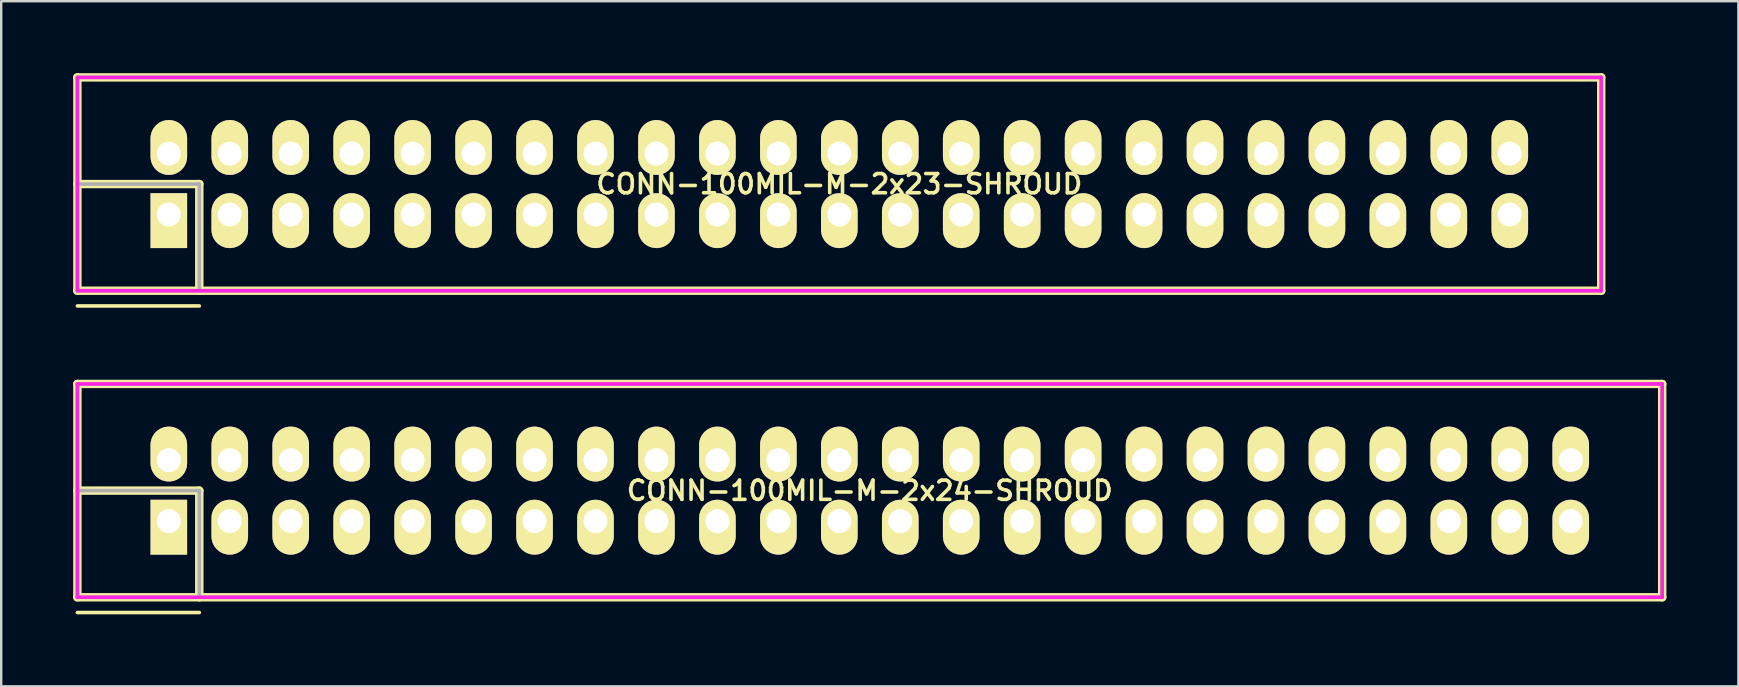
<source format=kicad_pcb>
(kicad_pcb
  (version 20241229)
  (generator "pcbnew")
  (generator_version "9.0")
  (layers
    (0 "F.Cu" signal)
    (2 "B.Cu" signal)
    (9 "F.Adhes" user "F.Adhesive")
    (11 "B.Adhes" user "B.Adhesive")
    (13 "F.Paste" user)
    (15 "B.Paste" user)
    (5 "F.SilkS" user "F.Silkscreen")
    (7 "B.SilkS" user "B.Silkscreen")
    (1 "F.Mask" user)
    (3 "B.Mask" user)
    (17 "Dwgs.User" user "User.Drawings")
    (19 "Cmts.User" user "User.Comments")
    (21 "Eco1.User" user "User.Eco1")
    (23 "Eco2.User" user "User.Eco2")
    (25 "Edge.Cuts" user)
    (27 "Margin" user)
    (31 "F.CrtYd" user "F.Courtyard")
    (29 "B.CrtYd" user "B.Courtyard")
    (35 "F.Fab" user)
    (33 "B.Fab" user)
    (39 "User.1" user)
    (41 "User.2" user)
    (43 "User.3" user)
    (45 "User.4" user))
  (footprint "CONN-100MIL-M-2x23-SHROUD"
    (layer "F.Cu")
    (at 31.925 4.62)
    (property "Reference" "CONN-100MIL-M-2x23-SHROUD" (at 0 0 0) (layer "F.SilkS") (effects (font (size 0.8 0.8) (thickness 0.15))))
    (attr through_hole)
    (fp_line (start -31.75 -4.445) (end 31.75 -4.445) (stroke (width 0.35) (type solid)) (layer "F.SilkS"))
    (fp_line (start -31.75 0) (end -26.67 0) (stroke (width 0.35) (type solid)) (layer "F.SilkS"))
    (fp_line (start -31.75 4.445) (end -31.75 -4.445) (stroke (width 0.35) (type solid)) (layer "F.SilkS"))
    (fp_line (start -31.75 5.08) (end -26.67 5.08) (stroke (width 0.15) (type solid)) (layer "F.SilkS"))
    (fp_line (start -26.67 0) (end -26.67 4.445) (stroke (width 0.35) (type solid)) (layer "F.SilkS"))
    (fp_line (start 31.75 -4.445) (end 31.75 4.445) (stroke (width 0.35) (type solid)) (layer "F.SilkS"))
    (fp_line (start 31.75 4.445) (end -31.75 4.445) (stroke (width 0.35) (type solid)) (layer "F.SilkS"))
    (fp_line (start -31.75 -4.445) (end 31.75 -4.445) (stroke (width 0.15) (type solid)) (layer "F.CrtYd"))
    (fp_line (start -31.75 4.445) (end -31.75 -4.445) (stroke (width 0.15) (type solid)) (layer "F.CrtYd"))
    (fp_line (start 31.75 -4.445) (end 31.75 4.445) (stroke (width 0.15) (type solid)) (layer "F.CrtYd"))
    (fp_line (start 31.75 4.445) (end -31.75 4.445) (stroke (width 0.15) (type solid)) (layer "F.CrtYd"))
    (fp_line (start -31.75 -4.445) (end 31.75 -4.445) (stroke (width 0.15) (type solid)) (layer "F.Fab"))
    (fp_line (start -31.75 0) (end -26.67 0) (stroke (width 0.15) (type solid)) (layer "F.Fab"))
    (fp_line (start -31.75 4.445) (end -31.75 -4.445) (stroke (width 0.15) (type solid)) (layer "F.Fab"))
    (fp_line (start -26.67 0) (end -26.67 4.445) (stroke (width 0.15) (type solid)) (layer "F.Fab"))
    (fp_line (start 31.75 -4.445) (end 31.75 4.445) (stroke (width 0.15) (type solid)) (layer "F.Fab"))
    (fp_line (start 31.75 4.445) (end -31.75 4.445) (stroke (width 0.15) (type solid)) (layer "F.Fab"))
    (pad "1" thru_hole rect (at -27.94 1.27) (size 1.524 2.286) (drill 1 (offset 0 0.254)) (layers "*.Cu" "*.Mask" "F.SilkS"))
    (pad "2" thru_hole oval (at -27.94 -1.27) (size 1.524 2.286) (drill 1 (offset 0 -0.254)) (layers "*.Cu" "*.Mask" "F.SilkS"))
    (pad "3" thru_hole oval (at -25.4 1.27) (size 1.524 2.286) (drill 1 (offset 0 0.254)) (layers "*.Cu" "*.Mask" "F.SilkS"))
    (pad "4" thru_hole oval (at -25.4 -1.27) (size 1.524 2.286) (drill 1 (offset 0 -0.254)) (layers "*.Cu" "*.Mask" "F.SilkS"))
    (pad "5" thru_hole oval (at -22.86 1.27) (size 1.524 2.286) (drill 1 (offset 0 0.254)) (layers "*.Cu" "*.Mask" "F.SilkS"))
    (pad "6" thru_hole oval (at -22.86 -1.27) (size 1.524 2.286) (drill 1 (offset 0 -0.254)) (layers "*.Cu" "*.Mask" "F.SilkS"))
    (pad "7" thru_hole oval (at -20.32 1.27) (size 1.524 2.286) (drill 1 (offset 0 0.254)) (layers "*.Cu" "*.Mask" "F.SilkS"))
    (pad "8" thru_hole oval (at -20.32 -1.27) (size 1.524 2.286) (drill 1 (offset 0 -0.254)) (layers "*.Cu" "*.Mask" "F.SilkS"))
    (pad "9" thru_hole oval (at -17.78 1.27) (size 1.524 2.286) (drill 1 (offset 0 0.254)) (layers "*.Cu" "*.Mask" "F.SilkS"))
    (pad "10" thru_hole oval (at -17.78 -1.27) (size 1.524 2.286) (drill 1 (offset 0 -0.254)) (layers "*.Cu" "*.Mask" "F.SilkS"))
    (pad "11" thru_hole oval (at -15.24 1.27) (size 1.524 2.286) (drill 1 (offset 0 0.254)) (layers "*.Cu" "*.Mask" "F.SilkS"))
    (pad "12" thru_hole oval (at -15.24 -1.27) (size 1.524 2.286) (drill 1 (offset 0 -0.254)) (layers "*.Cu" "*.Mask" "F.SilkS"))
    (pad "13" thru_hole oval (at -12.7 1.27) (size 1.524 2.286) (drill 1 (offset 0 0.254)) (layers "*.Cu" "*.Mask" "F.SilkS"))
    (pad "14" thru_hole oval (at -12.7 -1.27) (size 1.524 2.286) (drill 1 (offset 0 -0.254)) (layers "*.Cu" "*.Mask" "F.SilkS"))
    (pad "15" thru_hole oval (at -10.16 1.27) (size 1.524 2.286) (drill 1 (offset 0 0.254)) (layers "*.Cu" "*.Mask" "F.SilkS"))
    (pad "16" thru_hole oval (at -10.16 -1.27) (size 1.524 2.286) (drill 1 (offset 0 -0.254)) (layers "*.Cu" "*.Mask" "F.SilkS"))
    (pad "17" thru_hole oval (at -7.62 1.27) (size 1.524 2.286) (drill 1 (offset 0 0.254)) (layers "*.Cu" "*.Mask" "F.SilkS"))
    (pad "18" thru_hole oval (at -7.62 -1.27) (size 1.524 2.286) (drill 1 (offset 0 -0.254)) (layers "*.Cu" "*.Mask" "F.SilkS"))
    (pad "19" thru_hole oval (at -5.08 1.27) (size 1.524 2.286) (drill 1 (offset 0 0.254)) (layers "*.Cu" "*.Mask" "F.SilkS"))
    (pad "20" thru_hole oval (at -5.08 -1.27) (size 1.524 2.286) (drill 1 (offset 0 -0.254)) (layers "*.Cu" "*.Mask" "F.SilkS"))
    (pad "21" thru_hole oval (at -2.54 1.27) (size 1.524 2.286) (drill 1 (offset 0 0.254)) (layers "*.Cu" "*.Mask" "F.SilkS"))
    (pad "22" thru_hole oval (at -2.54 -1.27) (size 1.524 2.286) (drill 1 (offset 0 -0.254)) (layers "*.Cu" "*.Mask" "F.SilkS"))
    (pad "23" thru_hole oval (at 0 1.27) (size 1.524 2.286) (drill 1 (offset 0 0.254)) (layers "*.Cu" "*.Mask" "F.SilkS"))
    (pad "24" thru_hole oval (at 0 -1.27) (size 1.524 2.286) (drill 1 (offset 0 -0.254)) (layers "*.Cu" "*.Mask" "F.SilkS"))
    (pad "25" thru_hole oval (at 2.54 1.27) (size 1.524 2.286) (drill 1 (offset 0 0.254)) (layers "*.Cu" "*.Mask" "F.SilkS"))
    (pad "26" thru_hole oval (at 2.54 -1.27) (size 1.524 2.286) (drill 1 (offset 0 -0.254)) (layers "*.Cu" "*.Mask" "F.SilkS"))
    (pad "27" thru_hole oval (at 5.08 1.27) (size 1.524 2.286) (drill 1 (offset 0 0.254)) (layers "*.Cu" "*.Mask" "F.SilkS"))
    (pad "28" thru_hole oval (at 5.08 -1.27) (size 1.524 2.286) (drill 1 (offset 0 -0.254)) (layers "*.Cu" "*.Mask" "F.SilkS"))
    (pad "29" thru_hole oval (at 7.62 1.27) (size 1.524 2.286) (drill 1 (offset 0 0.254)) (layers "*.Cu" "*.Mask" "F.SilkS"))
    (pad "30" thru_hole oval (at 7.62 -1.27) (size 1.524 2.286) (drill 1 (offset 0 -0.254)) (layers "*.Cu" "*.Mask" "F.SilkS"))
    (pad "31" thru_hole oval (at 10.16 1.27) (size 1.524 2.286) (drill 1 (offset 0 0.254)) (layers "*.Cu" "*.Mask" "F.SilkS"))
    (pad "32" thru_hole oval (at 10.16 -1.27) (size 1.524 2.286) (drill 1 (offset 0 -0.254)) (layers "*.Cu" "*.Mask" "F.SilkS"))
    (pad "33" thru_hole oval (at 12.7 1.27) (size 1.524 2.286) (drill 1 (offset 0 0.254)) (layers "*.Cu" "*.Mask" "F.SilkS"))
    (pad "34" thru_hole oval (at 12.7 -1.27) (size 1.524 2.286) (drill 1 (offset 0 -0.254)) (layers "*.Cu" "*.Mask" "F.SilkS"))
    (pad "35" thru_hole oval (at 15.24 1.27) (size 1.524 2.286) (drill 1 (offset 0 0.254)) (layers "*.Cu" "*.Mask" "F.SilkS"))
    (pad "36" thru_hole oval (at 15.24 -1.27) (size 1.524 2.286) (drill 1 (offset 0 -0.254)) (layers "*.Cu" "*.Mask" "F.SilkS"))
    (pad "37" thru_hole oval (at 17.78 1.27) (size 1.524 2.286) (drill 1 (offset 0 0.254)) (layers "*.Cu" "*.Mask" "F.SilkS"))
    (pad "38" thru_hole oval (at 17.78 -1.27) (size 1.524 2.286) (drill 1 (offset 0 -0.254)) (layers "*.Cu" "*.Mask" "F.SilkS"))
    (pad "39" thru_hole oval (at 20.32 1.27) (size 1.524 2.286) (drill 1 (offset 0 0.254)) (layers "*.Cu" "*.Mask" "F.SilkS"))
    (pad "40" thru_hole oval (at 20.32 -1.27) (size 1.524 2.286) (drill 1 (offset 0 -0.254)) (layers "*.Cu" "*.Mask" "F.SilkS"))
    (pad "41" thru_hole oval (at 22.86 1.27) (size 1.524 2.286) (drill 1 (offset 0 0.254)) (layers "*.Cu" "*.Mask" "F.SilkS"))
    (pad "42" thru_hole oval (at 22.86 -1.27) (size 1.524 2.286) (drill 1 (offset 0 -0.254)) (layers "*.Cu" "*.Mask" "F.SilkS"))
    (pad "43" thru_hole oval (at 25.4 1.27) (size 1.524 2.286) (drill 1 (offset 0 0.254)) (layers "*.Cu" "*.Mask" "F.SilkS"))
    (pad "44" thru_hole oval (at 25.4 -1.27) (size 1.524 2.286) (drill 1 (offset 0 -0.254)) (layers "*.Cu" "*.Mask" "F.SilkS"))
    (pad "45" thru_hole oval (at 27.94 1.27) (size 1.524 2.286) (drill 1 (offset 0 0.254)) (layers "*.Cu" "*.Mask" "F.SilkS"))
    (pad "46" thru_hole oval (at 27.94 -1.27) (size 1.524 2.286) (drill 1 (offset 0 -0.254)) (layers "*.Cu" "*.Mask" "F.SilkS")))
  (footprint "CONN-100MIL-M-2x24-SHROUD"
    (layer "F.Cu")
    (at 33.195 17.395)
    (property "Reference" "CONN-100MIL-M-2x24-SHROUD" (at 0 0 0) (layer "F.SilkS") (effects (font (size 0.8 0.8) (thickness 0.15))))
    (attr through_hole)
    (fp_line (start -33.02 -4.445) (end 33.02 -4.445) (stroke (width 0.35) (type solid)) (layer "F.SilkS"))
    (fp_line (start -33.02 0) (end -27.94 0) (stroke (width 0.35) (type solid)) (layer "F.SilkS"))
    (fp_line (start -33.02 4.445) (end -33.02 -4.445) (stroke (width 0.35) (type solid)) (layer "F.SilkS"))
    (fp_line (start -33.02 5.08) (end -27.94 5.08) (stroke (width 0.15) (type solid)) (layer "F.SilkS"))
    (fp_line (start -27.94 0) (end -27.94 4.445) (stroke (width 0.35) (type solid)) (layer "F.SilkS"))
    (fp_line (start 33.02 -4.445) (end 33.02 4.445) (stroke (width 0.35) (type solid)) (layer "F.SilkS"))
    (fp_line (start 33.02 4.445) (end -33.02 4.445) (stroke (width 0.35) (type solid)) (layer "F.SilkS"))
    (fp_line (start -33.02 -4.445) (end 33.02 -4.445) (stroke (width 0.15) (type solid)) (layer "F.CrtYd"))
    (fp_line (start -33.02 4.445) (end -33.02 -4.445) (stroke (width 0.15) (type solid)) (layer "F.CrtYd"))
    (fp_line (start 33.02 -4.445) (end 33.02 4.445) (stroke (width 0.15) (type solid)) (layer "F.CrtYd"))
    (fp_line (start 33.02 4.445) (end -33.02 4.445) (stroke (width 0.15) (type solid)) (layer "F.CrtYd"))
    (fp_line (start -33.02 -4.445) (end 33.02 -4.445) (stroke (width 0.15) (type solid)) (layer "F.Fab"))
    (fp_line (start -33.02 0) (end -27.94 0) (stroke (width 0.15) (type solid)) (layer "F.Fab"))
    (fp_line (start -33.02 4.445) (end -33.02 -4.445) (stroke (width 0.15) (type solid)) (layer "F.Fab"))
    (fp_line (start -27.94 0) (end -27.94 4.445) (stroke (width 0.15) (type solid)) (layer "F.Fab"))
    (fp_line (start 33.02 -4.445) (end 33.02 4.445) (stroke (width 0.15) (type solid)) (layer "F.Fab"))
    (fp_line (start 33.02 4.445) (end -33.02 4.445) (stroke (width 0.15) (type solid)) (layer "F.Fab"))
    (pad "1" thru_hole rect (at -29.21 1.27) (size 1.524 2.286) (drill 1 (offset 0 0.254)) (layers "*.Cu" "*.Mask" "F.SilkS"))
    (pad "2" thru_hole oval (at -29.21 -1.27) (size 1.524 2.286) (drill 1 (offset 0 -0.254)) (layers "*.Cu" "*.Mask" "F.SilkS"))
    (pad "3" thru_hole oval (at -26.67 1.27) (size 1.524 2.286) (drill 1 (offset 0 0.254)) (layers "*.Cu" "*.Mask" "F.SilkS"))
    (pad "4" thru_hole oval (at -26.67 -1.27) (size 1.524 2.286) (drill 1 (offset 0 -0.254)) (layers "*.Cu" "*.Mask" "F.SilkS"))
    (pad "5" thru_hole oval (at -24.13 1.27) (size 1.524 2.286) (drill 1 (offset 0 0.254)) (layers "*.Cu" "*.Mask" "F.SilkS"))
    (pad "6" thru_hole oval (at -24.13 -1.27) (size 1.524 2.286) (drill 1 (offset 0 -0.254)) (layers "*.Cu" "*.Mask" "F.SilkS"))
    (pad "7" thru_hole oval (at -21.59 1.27) (size 1.524 2.286) (drill 1 (offset 0 0.254)) (layers "*.Cu" "*.Mask" "F.SilkS"))
    (pad "8" thru_hole oval (at -21.59 -1.27) (size 1.524 2.286) (drill 1 (offset 0 -0.254)) (layers "*.Cu" "*.Mask" "F.SilkS"))
    (pad "9" thru_hole oval (at -19.05 1.27) (size 1.524 2.286) (drill 1 (offset 0 0.254)) (layers "*.Cu" "*.Mask" "F.SilkS"))
    (pad "10" thru_hole oval (at -19.05 -1.27) (size 1.524 2.286) (drill 1 (offset 0 -0.254)) (layers "*.Cu" "*.Mask" "F.SilkS"))
    (pad "11" thru_hole oval (at -16.51 1.27) (size 1.524 2.286) (drill 1 (offset 0 0.254)) (layers "*.Cu" "*.Mask" "F.SilkS"))
    (pad "12" thru_hole oval (at -16.51 -1.27) (size 1.524 2.286) (drill 1 (offset 0 -0.254)) (layers "*.Cu" "*.Mask" "F.SilkS"))
    (pad "13" thru_hole oval (at -13.97 1.27) (size 1.524 2.286) (drill 1 (offset 0 0.254)) (layers "*.Cu" "*.Mask" "F.SilkS"))
    (pad "14" thru_hole oval (at -13.97 -1.27) (size 1.524 2.286) (drill 1 (offset 0 -0.254)) (layers "*.Cu" "*.Mask" "F.SilkS"))
    (pad "15" thru_hole oval (at -11.43 1.27) (size 1.524 2.286) (drill 1 (offset 0 0.254)) (layers "*.Cu" "*.Mask" "F.SilkS"))
    (pad "16" thru_hole oval (at -11.43 -1.27) (size 1.524 2.286) (drill 1 (offset 0 -0.254)) (layers "*.Cu" "*.Mask" "F.SilkS"))
    (pad "17" thru_hole oval (at -8.89 1.27) (size 1.524 2.286) (drill 1 (offset 0 0.254)) (layers "*.Cu" "*.Mask" "F.SilkS"))
    (pad "18" thru_hole oval (at -8.89 -1.27) (size 1.524 2.286) (drill 1 (offset 0 -0.254)) (layers "*.Cu" "*.Mask" "F.SilkS"))
    (pad "19" thru_hole oval (at -6.35 1.27) (size 1.524 2.286) (drill 1 (offset 0 0.254)) (layers "*.Cu" "*.Mask" "F.SilkS"))
    (pad "20" thru_hole oval (at -6.35 -1.27) (size 1.524 2.286) (drill 1 (offset 0 -0.254)) (layers "*.Cu" "*.Mask" "F.SilkS"))
    (pad "21" thru_hole oval (at -3.81 1.27) (size 1.524 2.286) (drill 1 (offset 0 0.254)) (layers "*.Cu" "*.Mask" "F.SilkS"))
    (pad "22" thru_hole oval (at -3.81 -1.27) (size 1.524 2.286) (drill 1 (offset 0 -0.254)) (layers "*.Cu" "*.Mask" "F.SilkS"))
    (pad "23" thru_hole oval (at -1.27 1.27) (size 1.524 2.286) (drill 1 (offset 0 0.254)) (layers "*.Cu" "*.Mask" "F.SilkS"))
    (pad "24" thru_hole oval (at -1.27 -1.27) (size 1.524 2.286) (drill 1 (offset 0 -0.254)) (layers "*.Cu" "*.Mask" "F.SilkS"))
    (pad "25" thru_hole oval (at 1.27 1.27) (size 1.524 2.286) (drill 1 (offset 0 0.254)) (layers "*.Cu" "*.Mask" "F.SilkS"))
    (pad "26" thru_hole oval (at 1.27 -1.27) (size 1.524 2.286) (drill 1 (offset 0 -0.254)) (layers "*.Cu" "*.Mask" "F.SilkS"))
    (pad "27" thru_hole oval (at 3.81 1.27) (size 1.524 2.286) (drill 1 (offset 0 0.254)) (layers "*.Cu" "*.Mask" "F.SilkS"))
    (pad "28" thru_hole oval (at 3.81 -1.27) (size 1.524 2.286) (drill 1 (offset 0 -0.254)) (layers "*.Cu" "*.Mask" "F.SilkS"))
    (pad "29" thru_hole oval (at 6.35 1.27) (size 1.524 2.286) (drill 1 (offset 0 0.254)) (layers "*.Cu" "*.Mask" "F.SilkS"))
    (pad "30" thru_hole oval (at 6.35 -1.27) (size 1.524 2.286) (drill 1 (offset 0 -0.254)) (layers "*.Cu" "*.Mask" "F.SilkS"))
    (pad "31" thru_hole oval (at 8.89 1.27) (size 1.524 2.286) (drill 1 (offset 0 0.254)) (layers "*.Cu" "*.Mask" "F.SilkS"))
    (pad "32" thru_hole oval (at 8.89 -1.27) (size 1.524 2.286) (drill 1 (offset 0 -0.254)) (layers "*.Cu" "*.Mask" "F.SilkS"))
    (pad "33" thru_hole oval (at 11.43 1.27) (size 1.524 2.286) (drill 1 (offset 0 0.254)) (layers "*.Cu" "*.Mask" "F.SilkS"))
    (pad "34" thru_hole oval (at 11.43 -1.27) (size 1.524 2.286) (drill 1 (offset 0 -0.254)) (layers "*.Cu" "*.Mask" "F.SilkS"))
    (pad "35" thru_hole oval (at 13.97 1.27) (size 1.524 2.286) (drill 1 (offset 0 0.254)) (layers "*.Cu" "*.Mask" "F.SilkS"))
    (pad "36" thru_hole oval (at 13.97 -1.27) (size 1.524 2.286) (drill 1 (offset 0 -0.254)) (layers "*.Cu" "*.Mask" "F.SilkS"))
    (pad "37" thru_hole oval (at 16.51 1.27) (size 1.524 2.286) (drill 1 (offset 0 0.254)) (layers "*.Cu" "*.Mask" "F.SilkS"))
    (pad "38" thru_hole oval (at 16.51 -1.27) (size 1.524 2.286) (drill 1 (offset 0 -0.254)) (layers "*.Cu" "*.Mask" "F.SilkS"))
    (pad "39" thru_hole oval (at 19.05 1.27) (size 1.524 2.286) (drill 1 (offset 0 0.254)) (layers "*.Cu" "*.Mask" "F.SilkS"))
    (pad "40" thru_hole oval (at 19.05 -1.27) (size 1.524 2.286) (drill 1 (offset 0 -0.254)) (layers "*.Cu" "*.Mask" "F.SilkS"))
    (pad "41" thru_hole oval (at 21.59 1.27) (size 1.524 2.286) (drill 1 (offset 0 0.254)) (layers "*.Cu" "*.Mask" "F.SilkS"))
    (pad "42" thru_hole oval (at 21.59 -1.27) (size 1.524 2.286) (drill 1 (offset 0 -0.254)) (layers "*.Cu" "*.Mask" "F.SilkS"))
    (pad "43" thru_hole oval (at 24.13 1.27) (size 1.524 2.286) (drill 1 (offset 0 0.254)) (layers "*.Cu" "*.Mask" "F.SilkS"))
    (pad "44" thru_hole oval (at 24.13 -1.27) (size 1.524 2.286) (drill 1 (offset 0 -0.254)) (layers "*.Cu" "*.Mask" "F.SilkS"))
    (pad "45" thru_hole oval (at 26.67 1.27) (size 1.524 2.286) (drill 1 (offset 0 0.254)) (layers "*.Cu" "*.Mask" "F.SilkS"))
    (pad "46" thru_hole oval (at 26.67 -1.27) (size 1.524 2.286) (drill 1 (offset 0 -0.254)) (layers "*.Cu" "*.Mask" "F.SilkS"))
    (pad "47" thru_hole oval (at 29.21 1.27) (size 1.524 2.286) (drill 1 (offset 0 0.254)) (layers "*.Cu" "*.Mask" "F.SilkS"))
    (pad "48" thru_hole oval (at 29.21 -1.27) (size 1.524 2.286) (drill 1 (offset 0 -0.254)) (layers "*.Cu" "*.Mask" "F.SilkS")))
  (gr_rect
    (start -3 -3)
    (end 69.39 25.55)
    (stroke (width 0.1) (type default))
    (fill no)
    (layer "Edge.Cuts")))
</source>
